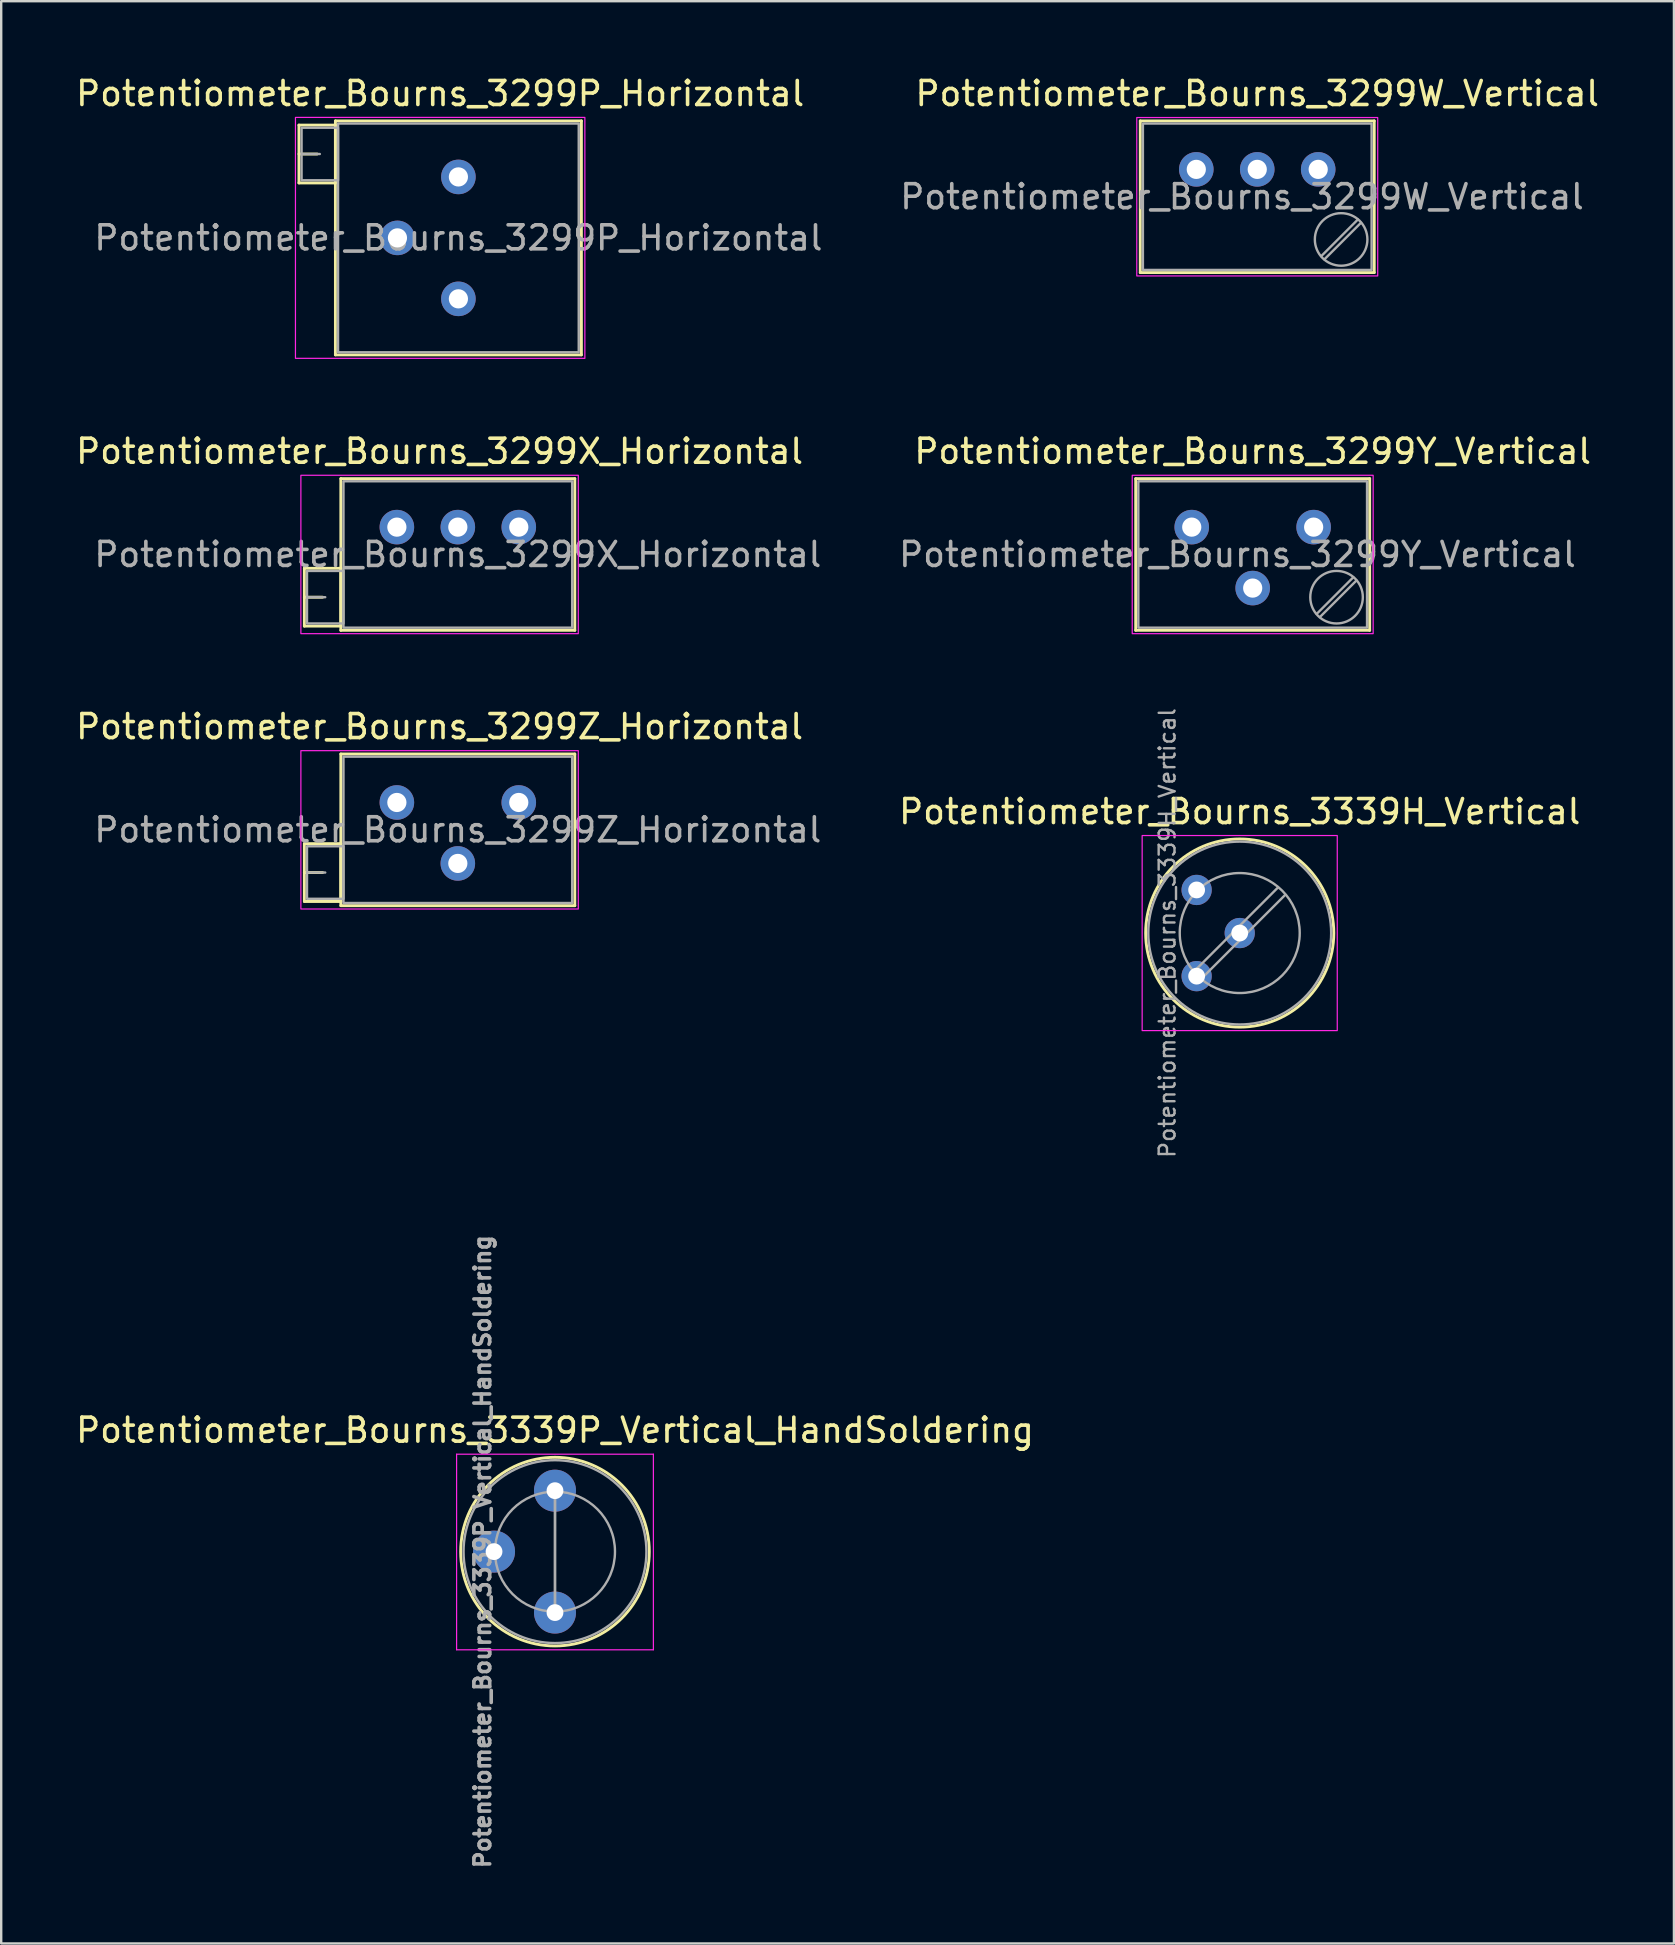
<source format=kicad_pcb>
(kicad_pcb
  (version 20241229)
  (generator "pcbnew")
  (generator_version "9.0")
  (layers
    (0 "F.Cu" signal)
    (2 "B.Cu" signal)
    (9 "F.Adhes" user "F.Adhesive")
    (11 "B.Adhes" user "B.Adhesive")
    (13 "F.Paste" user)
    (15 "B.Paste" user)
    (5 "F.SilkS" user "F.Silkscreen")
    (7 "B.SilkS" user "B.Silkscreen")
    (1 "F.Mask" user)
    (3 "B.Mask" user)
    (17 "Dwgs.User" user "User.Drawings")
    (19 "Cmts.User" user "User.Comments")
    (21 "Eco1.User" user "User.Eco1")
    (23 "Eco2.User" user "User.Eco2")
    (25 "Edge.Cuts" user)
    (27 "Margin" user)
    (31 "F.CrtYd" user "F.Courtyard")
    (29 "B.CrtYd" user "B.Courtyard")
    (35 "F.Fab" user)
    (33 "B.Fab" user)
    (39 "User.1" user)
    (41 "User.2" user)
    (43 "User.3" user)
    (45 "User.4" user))
  (footprint "Potentiometer_Bourns_3299W_Vertical"
    (layer "F.Cu")
    (at 51.881 4.008)
    (property "Reference" "Potentiometer_Bourns_3299W_Vertical" (at -2.54 -3.16 0) (layer "F.SilkS") (effects (font (size 1 1) (thickness 0.15))))
    (attr through_hole)
    (fp_line (start -7.415 -2.02) (end 2.335 -2.02) (stroke (width 0.12) (type solid)) (layer "F.SilkS"))
    (fp_line (start -7.415 4.3) (end -7.415 -2.02) (stroke (width 0.12) (type solid)) (layer "F.SilkS"))
    (fp_line (start 2.335 -2.02) (end 2.335 4.3) (stroke (width 0.12) (type solid)) (layer "F.SilkS"))
    (fp_line (start 2.335 4.3) (end -7.415 4.3) (stroke (width 0.12) (type solid)) (layer "F.SilkS"))
    (fp_rect (start -7.56 -2.16) (end 2.48 4.44) (stroke (width 0.05) (type solid)) (fill no) (layer "F.CrtYd"))
    (fp_line (start 1.652 2.09) (end 0.125 3.617) (stroke (width 0.1) (type solid)) (layer "F.Fab"))
    (fp_line (start 1.785 2.223) (end 0.258 3.75) (stroke (width 0.1) (type solid)) (layer "F.Fab"))
    (fp_rect (start -7.305 -1.91) (end 2.225 4.19) (stroke (width 0.1) (type solid)) (fill no) (layer "F.Fab"))
    (fp_circle (center 0.955 2.92) (end 2.05 2.92) (stroke (width 0.1) (type solid)) (fill no) (layer "F.Fab"))
    (fp_text user "${REFERENCE}" (at -3.175 1.14 0) (layer "F.Fab") (effects (font (size 1 1) (thickness 0.15))))
    (pad "1" thru_hole circle (at 0 0) (size 1.44 1.44) (drill 0.8) (layers "*.Cu" "*.Mask"))
    (pad "2" thru_hole circle (at -2.54 0) (size 1.44 1.44) (drill 0.8) (layers "*.Cu" "*.Mask"))
    (pad "3" thru_hole circle (at -5.08 0) (size 1.44 1.44) (drill 0.8) (layers "*.Cu" "*.Mask")))
  (footprint "Potentiometer_Bourns_3299X_Horizontal"
    (layer "F.Cu")
    (at 18.568 18.916)
    (property "Reference" "Potentiometer_Bourns_3299X_Horizontal" (at -3.3 -3.16 0) (layer "F.SilkS") (effects (font (size 1 1) (thickness 0.15))))
    (attr through_hole)
    (fp_line (start -8.935 1.715) (end -7.415 1.715) (stroke (width 0.12) (type solid)) (layer "F.SilkS"))
    (fp_line (start -8.935 2.92) (end -8.175 2.92) (stroke (width 0.12) (type solid)) (layer "F.SilkS"))
    (fp_line (start -8.935 4.125) (end -8.935 1.715) (stroke (width 0.12) (type solid)) (layer "F.SilkS"))
    (fp_line (start -7.415 -2.02) (end 2.335 -2.02) (stroke (width 0.12) (type solid)) (layer "F.SilkS"))
    (fp_line (start -7.415 1.715) (end -7.415 4.125) (stroke (width 0.12) (type solid)) (layer "F.SilkS"))
    (fp_line (start -7.415 4.125) (end -8.935 4.125) (stroke (width 0.12) (type solid)) (layer "F.SilkS"))
    (fp_line (start -7.415 4.3) (end -7.415 -2.02) (stroke (width 0.12) (type solid)) (layer "F.SilkS"))
    (fp_line (start 2.335 -2.02) (end 2.335 4.3) (stroke (width 0.12) (type solid)) (layer "F.SilkS"))
    (fp_line (start 2.335 4.3) (end -7.415 4.3) (stroke (width 0.12) (type solid)) (layer "F.SilkS"))
    (fp_rect (start -9.08 -2.16) (end 2.48 4.44) (stroke (width 0.05) (type solid)) (fill no) (layer "F.CrtYd"))
    (fp_line (start -8.825 2.92) (end -8.065 2.92) (stroke (width 0.1) (type solid)) (layer "F.Fab"))
    (fp_rect (start -8.825 1.825) (end -7.305 4.015) (stroke (width 0.1) (type solid)) (fill no) (layer "F.Fab"))
    (fp_rect (start -7.305 -1.91) (end 2.225 4.19) (stroke (width 0.1) (type solid)) (fill no) (layer "F.Fab"))
    (fp_text user "${REFERENCE}" (at -2.54 1.14 0) (layer "F.Fab") (effects (font (size 1 1) (thickness 0.15))))
    (pad "1" thru_hole circle (at 0 0) (size 1.44 1.44) (drill 0.8) (layers "*.Cu" "*.Mask"))
    (pad "2" thru_hole circle (at -2.54 0) (size 1.44 1.44) (drill 0.8) (layers "*.Cu" "*.Mask"))
    (pad "3" thru_hole circle (at -5.08 0) (size 1.44 1.44) (drill 0.8) (layers "*.Cu" "*.Mask")))
  (footprint "Potentiometer_Bourns_3299Z_Horizontal"
    (layer "F.Cu")
    (at 18.568 30.39)
    (property "Reference" "Potentiometer_Bourns_3299Z_Horizontal" (at -3.3 -3.16 0) (layer "F.SilkS") (effects (font (size 1 1) (thickness 0.15))))
    (attr through_hole)
    (fp_line (start -8.935 1.715) (end -7.415 1.715) (stroke (width 0.12) (type solid)) (layer "F.SilkS"))
    (fp_line (start -8.935 2.92) (end -8.175 2.92) (stroke (width 0.12) (type solid)) (layer "F.SilkS"))
    (fp_line (start -8.935 4.125) (end -8.935 1.715) (stroke (width 0.12) (type solid)) (layer "F.SilkS"))
    (fp_line (start -7.415 -2.02) (end 2.335 -2.02) (stroke (width 0.12) (type solid)) (layer "F.SilkS"))
    (fp_line (start -7.415 1.715) (end -7.415 4.125) (stroke (width 0.12) (type solid)) (layer "F.SilkS"))
    (fp_line (start -7.415 4.125) (end -8.935 4.125) (stroke (width 0.12) (type solid)) (layer "F.SilkS"))
    (fp_line (start -7.415 4.3) (end -7.415 -2.02) (stroke (width 0.12) (type solid)) (layer "F.SilkS"))
    (fp_line (start 2.335 -2.02) (end 2.335 4.3) (stroke (width 0.12) (type solid)) (layer "F.SilkS"))
    (fp_line (start 2.335 4.3) (end -7.415 4.3) (stroke (width 0.12) (type solid)) (layer "F.SilkS"))
    (fp_rect (start -9.08 -2.16) (end 2.48 4.44) (stroke (width 0.05) (type solid)) (fill no) (layer "F.CrtYd"))
    (fp_line (start -8.825 2.92) (end -8.065 2.92) (stroke (width 0.1) (type solid)) (layer "F.Fab"))
    (fp_rect (start -8.825 1.825) (end -7.305 4.015) (stroke (width 0.1) (type solid)) (fill no) (layer "F.Fab"))
    (fp_rect (start -7.305 -1.91) (end 2.225 4.19) (stroke (width 0.1) (type solid)) (fill no) (layer "F.Fab"))
    (fp_text user "${REFERENCE}" (at -2.54 1.14 0) (layer "F.Fab") (effects (font (size 1 1) (thickness 0.15))))
    (pad "1" thru_hole circle (at 0 0) (size 1.44 1.44) (drill 0.8) (layers "*.Cu" "*.Mask"))
    (pad "2" thru_hole circle (at -2.54 2.54) (size 1.44 1.44) (drill 0.8) (layers "*.Cu" "*.Mask"))
    (pad "3" thru_hole circle (at -5.08 0) (size 1.44 1.44) (drill 0.8) (layers "*.Cu" "*.Mask")))
  (footprint "Potentiometer_Bourns_3339P_Vertical_HandSoldering"
    (layer "F.Cu")
    (at 20.077 64.148)
    (property "Reference" "Potentiometer_Bourns_3339P_Vertical_HandSoldering" (at 0 -7.6 0) (layer "F.SilkS") (effects (font (size 1 1) (thickness 0.15))))
    (attr through_hole)
    (fp_circle (center 0 -2.54) (end 3.93 -2.54) (stroke (width 0.12) (type solid)) (fill no) (layer "F.SilkS"))
    (fp_line (start -4.1 -6.6) (end -4.1 1.55) (stroke (width 0.05) (type solid)) (layer "F.CrtYd"))
    (fp_line (start -4.1 1.55) (end 4.1 1.55) (stroke (width 0.05) (type solid)) (layer "F.CrtYd"))
    (fp_line (start 4.1 -6.6) (end -4.1 -6.6) (stroke (width 0.05) (type solid)) (layer "F.CrtYd"))
    (fp_line (start 4.1 1.55) (end 4.1 -6.6) (stroke (width 0.05) (type solid)) (layer "F.CrtYd"))
    (fp_line (start 0 -0.064) (end 0.001 -5.014) (stroke (width 0.1) (type solid)) (layer "F.Fab"))
    (fp_line (start 0 -0.064) (end 0.001 -5.014) (stroke (width 0.1) (type solid)) (layer "F.Fab"))
    (fp_circle (center 0 -2.54) (end 2.5 -2.54) (stroke (width 0.1) (type solid)) (fill no) (layer "F.Fab"))
    (fp_circle (center 0 -2.54) (end 3.81 -2.54) (stroke (width 0.1) (type solid)) (fill no) (layer "F.Fab"))
    (fp_text user "${REFERENCE}" (at -3.018 -2.54 90) (layer "F.Fab") (effects (font (size 0.66 0.66) (thickness 0.15))))
    (pad "1" thru_hole circle (at 0 0) (size 1.75 1.75) (drill 0.7) (layers "*.Cu" "*.Mask"))
    (pad "2" thru_hole circle (at -2.54 -2.54) (size 1.75 1.75) (drill 0.7) (layers "*.Cu" "*.Mask"))
    (pad "3" thru_hole circle (at 0 -5.08) (size 1.75 1.75) (drill 0.7) (layers "*.Cu" "*.Mask")))
  (footprint "Potentiometer_Bourns_3299Y_Vertical"
    (layer "F.Cu")
    (at 51.691 18.916)
    (property "Reference" "Potentiometer_Bourns_3299Y_Vertical" (at -2.54 -3.16 0) (layer "F.SilkS") (effects (font (size 1 1) (thickness 0.15))))
    (attr through_hole)
    (fp_line (start -7.415 -2.02) (end 2.335 -2.02) (stroke (width 0.12) (type solid)) (layer "F.SilkS"))
    (fp_line (start -7.415 4.3) (end -7.415 -2.02) (stroke (width 0.12) (type solid)) (layer "F.SilkS"))
    (fp_line (start 2.335 -2.02) (end 2.335 4.3) (stroke (width 0.12) (type solid)) (layer "F.SilkS"))
    (fp_line (start 2.335 4.3) (end -7.415 4.3) (stroke (width 0.12) (type solid)) (layer "F.SilkS"))
    (fp_rect (start -7.56 -2.16) (end 2.48 4.44) (stroke (width 0.05) (type solid)) (fill no) (layer "F.CrtYd"))
    (fp_line (start 1.652 2.09) (end 0.125 3.617) (stroke (width 0.1) (type solid)) (layer "F.Fab"))
    (fp_line (start 1.785 2.223) (end 0.258 3.75) (stroke (width 0.1) (type solid)) (layer "F.Fab"))
    (fp_rect (start -7.305 -1.91) (end 2.225 4.19) (stroke (width 0.1) (type solid)) (fill no) (layer "F.Fab"))
    (fp_circle (center 0.955 2.92) (end 2.05 2.92) (stroke (width 0.1) (type solid)) (fill no) (layer "F.Fab"))
    (fp_text user "${REFERENCE}" (at -3.175 1.14 0) (layer "F.Fab") (effects (font (size 1 1) (thickness 0.15))))
    (pad "1" thru_hole circle (at 0 0) (size 1.44 1.44) (drill 0.8) (layers "*.Cu" "*.Mask"))
    (pad "2" thru_hole circle (at -2.54 2.54) (size 1.44 1.44) (drill 0.8) (layers "*.Cu" "*.Mask"))
    (pad "3" thru_hole circle (at -5.08 0) (size 1.44 1.44) (drill 0.8) (layers "*.Cu" "*.Mask")))
  (footprint "Potentiometer_Bourns_3339H_Vertical"
    (layer "F.Cu")
    (at 46.815 37.627)
    (property "Reference" "Potentiometer_Bourns_3339H_Vertical" (at 1.796 -6.856 0) (layer "F.SilkS") (effects (font (size 1 1) (thickness 0.15))))
    (attr through_hole)
    (fp_circle (center 1.796 -1.796) (end 5.716 -1.796) (stroke (width 0.12) (type solid)) (fill no) (layer "F.SilkS"))
    (fp_rect (start -2.27 -5.86) (end 5.86 2.27) (stroke (width 0.05) (type solid)) (fill no) (layer "F.CrtYd"))
    (fp_line (start 3.387 -3.692) (end -0.1 -0.205) (stroke (width 0.1) (type solid)) (layer "F.Fab"))
    (fp_line (start 3.692 -3.387) (end 0.205 0.1) (stroke (width 0.1) (type solid)) (layer "F.Fab"))
    (fp_circle (center 1.796 -1.796) (end 4.296 -1.796) (stroke (width 0.1) (type solid)) (fill no) (layer "F.Fab"))
    (fp_circle (center 1.796 -1.796) (end 5.606 -1.796) (stroke (width 0.1) (type solid)) (fill no) (layer "F.Fab"))
    (fp_text user "${REFERENCE}" (at -1.222 -1.796 90) (layer "F.Fab") (effects (font (size 0.66 0.66) (thickness 0.1))))
    (pad "1" thru_hole circle (at 0 0) (size 1.26 1.26) (drill 0.7) (layers "*.Cu" "*.Mask"))
    (pad "2" thru_hole circle (at 1.796 -1.796) (size 1.26 1.26) (drill 0.7) (layers "*.Cu" "*.Mask"))
    (pad "3" thru_hole circle (at 0 -3.592) (size 1.26 1.26) (drill 0.7) (layers "*.Cu" "*.Mask")))
  (footprint "Potentiometer_Bourns_3299P_Horizontal"
    (layer "F.Cu")
    (at 16.052 4.323)
    (property "Reference" "Potentiometer_Bourns_3299P_Horizontal" (at -0.76 -3.475 0) (layer "F.SilkS") (effects (font (size 1 1) (thickness 0.15))))
    (attr through_hole)
    (fp_line (start -6.645 -2.16) (end -5.125 -2.16) (stroke (width 0.12) (type solid)) (layer "F.SilkS"))
    (fp_line (start -6.645 -0.955) (end -5.885 -0.955) (stroke (width 0.12) (type solid)) (layer "F.SilkS"))
    (fp_line (start -6.645 0.25) (end -6.645 -2.16) (stroke (width 0.12) (type solid)) (layer "F.SilkS"))
    (fp_line (start -5.125 -2.335) (end 5.125 -2.335) (stroke (width 0.12) (type solid)) (layer "F.SilkS"))
    (fp_line (start -5.125 -2.16) (end -5.125 0.25) (stroke (width 0.12) (type solid)) (layer "F.SilkS"))
    (fp_line (start -5.125 0.25) (end -6.645 0.25) (stroke (width 0.12) (type solid)) (layer "F.SilkS"))
    (fp_line (start -5.125 7.415) (end -5.125 -2.335) (stroke (width 0.12) (type solid)) (layer "F.SilkS"))
    (fp_line (start 5.125 -2.335) (end 5.125 7.415) (stroke (width 0.12) (type solid)) (layer "F.SilkS"))
    (fp_line (start 5.125 7.415) (end -5.125 7.415) (stroke (width 0.12) (type solid)) (layer "F.SilkS"))
    (fp_rect (start -6.79 -2.48) (end 5.27 7.56) (stroke (width 0.05) (type solid)) (fill no) (layer "F.CrtYd"))
    (fp_line (start -6.535 -0.955) (end -5.775 -0.955) (stroke (width 0.1) (type solid)) (layer "F.Fab"))
    (fp_rect (start -6.535 -2.05) (end -5.015 0.14) (stroke (width 0.1) (type solid)) (fill no) (layer "F.Fab"))
    (fp_rect (start -5.015 -2.225) (end 5.015 7.305) (stroke (width 0.1) (type solid)) (fill no) (layer "F.Fab"))
    (fp_text user "${REFERENCE}" (at 0 2.54 0) (layer "F.Fab") (effects (font (size 1 1) (thickness 0.15))))
    (pad "1" thru_hole circle (at 0 0) (size 1.44 1.44) (drill 0.8) (layers "*.Cu" "*.Mask"))
    (pad "2" thru_hole circle (at -2.54 2.54) (size 1.44 1.44) (drill 0.8) (layers "*.Cu" "*.Mask"))
    (pad "3" thru_hole circle (at 0 5.08) (size 1.44 1.44) (drill 0.8) (layers "*.Cu" "*.Mask")))
  (gr_rect
    (start -3 -3)
    (end 66.705 77.936)
    (stroke (width 0.1) (type default))
    (fill no)
    (layer "Edge.Cuts")))
</source>
